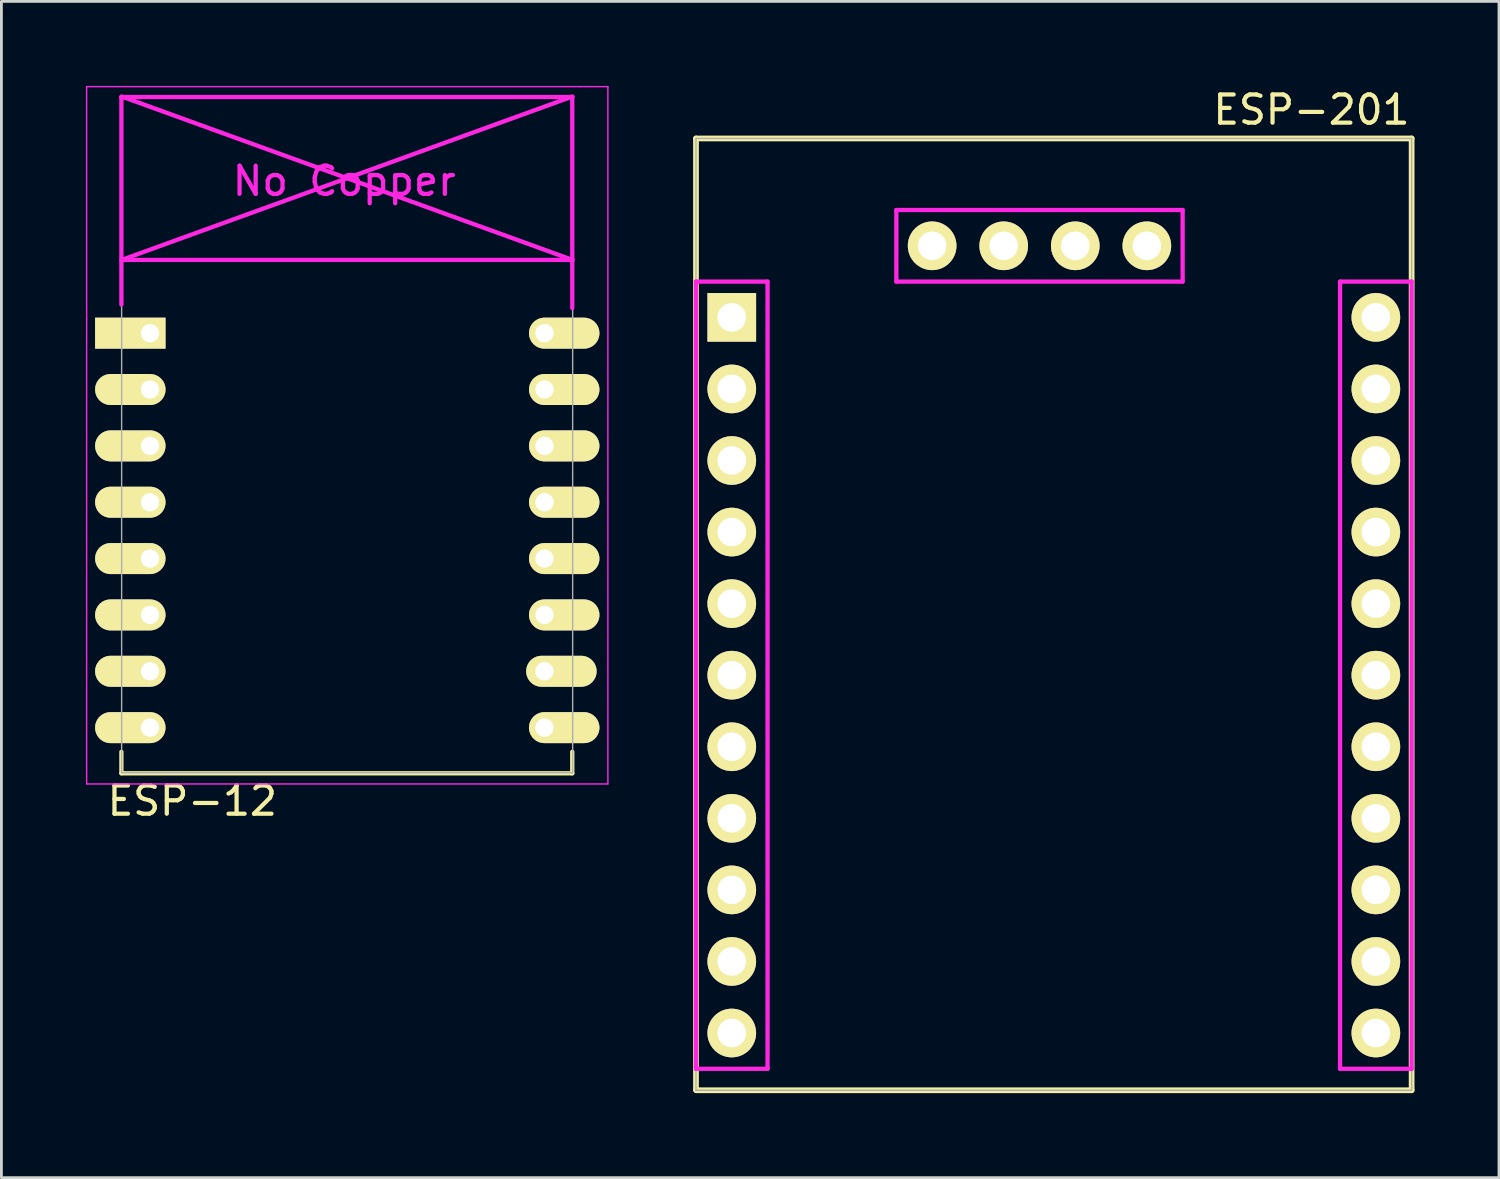
<source format=kicad_pcb>
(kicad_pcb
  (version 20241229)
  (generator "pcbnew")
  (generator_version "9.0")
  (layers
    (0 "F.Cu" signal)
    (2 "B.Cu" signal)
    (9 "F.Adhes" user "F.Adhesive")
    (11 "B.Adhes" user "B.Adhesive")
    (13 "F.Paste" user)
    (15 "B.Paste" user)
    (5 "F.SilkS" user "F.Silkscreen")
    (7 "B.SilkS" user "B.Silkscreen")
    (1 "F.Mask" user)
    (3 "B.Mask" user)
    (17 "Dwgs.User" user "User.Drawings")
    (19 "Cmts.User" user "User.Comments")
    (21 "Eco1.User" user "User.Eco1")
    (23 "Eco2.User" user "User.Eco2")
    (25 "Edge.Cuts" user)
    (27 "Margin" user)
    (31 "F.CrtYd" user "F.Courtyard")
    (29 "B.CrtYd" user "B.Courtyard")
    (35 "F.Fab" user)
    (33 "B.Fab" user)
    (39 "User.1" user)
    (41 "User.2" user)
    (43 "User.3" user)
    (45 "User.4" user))
  (footprint "ESP-12"
    (layer "F.Cu")
    (at 2.275 8.775)
    (property "Reference" "ESP-12" (at 1.5 16.6 0) (layer "F.SilkS") (effects (font (size 1 1) (thickness 0.15))))
    (attr through_hole)
    (fp_line (start -1.016 14.859) (end -1.016 15.621) (stroke (width 0.152) (type solid)) (layer "F.SilkS"))
    (fp_line (start -1.016 15.621) (end 14.986 15.621) (stroke (width 0.152) (type solid)) (layer "F.SilkS"))
    (fp_line (start 14.986 15.621) (end 14.986 14.859) (stroke (width 0.152) (type solid)) (layer "F.SilkS"))
    (fp_line (start -2.25 -8.75) (end 15.25 -8.75) (stroke (width 0.05) (type solid)) (layer "F.CrtYd"))
    (fp_line (start -2.25 -0.5) (end -2.25 -8.75) (stroke (width 0.05) (type solid)) (layer "F.CrtYd"))
    (fp_line (start -2.25 16) (end -2.25 -0.5) (stroke (width 0.05) (type solid)) (layer "F.CrtYd"))
    (fp_line (start -1.016 -8.382) (end -1.016 -1.016) (stroke (width 0.152) (type solid)) (layer "F.CrtYd"))
    (fp_line (start -1.016 -8.382) (end 14.986 -8.382) (stroke (width 0.152) (type solid)) (layer "F.CrtYd"))
    (fp_line (start -1.008 -8.4) (end 14.992 -2.6) (stroke (width 0.152) (type solid)) (layer "F.CrtYd"))
    (fp_line (start -1.008 -2.6) (end 14.992 -2.6) (stroke (width 0.152) (type solid)) (layer "F.CrtYd"))
    (fp_line (start 14.986 -8.382) (end 14.986 -0.889) (stroke (width 0.152) (type solid)) (layer "F.CrtYd"))
    (fp_line (start 14.992 -8.4) (end -1.008 -2.6) (stroke (width 0.152) (type solid)) (layer "F.CrtYd"))
    (fp_line (start 15.25 -8.75) (end 16.25 -8.75) (stroke (width 0.05) (type solid)) (layer "F.CrtYd"))
    (fp_line (start 16.25 -8.75) (end 16.25 16) (stroke (width 0.05) (type solid)) (layer "F.CrtYd"))
    (fp_line (start 16.25 16) (end -2.25 16) (stroke (width 0.05) (type solid)) (layer "F.CrtYd"))
    (fp_line (start -1.008 -8.4) (end 14.992 -8.4) (stroke (width 0.05) (type solid)) (layer "F.Fab"))
    (fp_line (start -1.008 15.6) (end -1.008 -8.4) (stroke (width 0.05) (type solid)) (layer "F.Fab"))
    (fp_line (start 14.992 15.6) (end -1.008 15.6) (stroke (width 0.05) (type solid)) (layer "F.Fab"))
    (fp_line (start 15 -8.4) (end 15 15.6) (stroke (width 0.05) (type solid)) (layer "F.Fab"))
    (fp_text user "No Copper" (at 6.892 -5.4 0) (layer "F.CrtYd") (effects (font (size 1 1) (thickness 0.15))))
    (pad "1" thru_hole rect (at 0 0) (size 2.5 1.1) (drill 0.65 (offset -0.7 0)) (layers "*.Cu" "*.Mask" "F.SilkS"))
    (pad "2" thru_hole oval (at 0 2) (size 2.5 1.1) (drill 0.65 (offset -0.7 0)) (layers "*.Cu" "*.Mask" "F.SilkS"))
    (pad "3" thru_hole oval (at 0 4) (size 2.5 1.1) (drill 0.65 (offset -0.7 0)) (layers "*.Cu" "*.Mask" "F.SilkS"))
    (pad "4" thru_hole oval (at 0 6) (size 2.5 1.1) (drill 0.65 (offset -0.7 0)) (layers "*.Cu" "*.Mask" "F.SilkS"))
    (pad "5" thru_hole oval (at 0 8) (size 2.5 1.1) (drill 0.65 (offset -0.7 0)) (layers "*.Cu" "*.Mask" "F.SilkS"))
    (pad "6" thru_hole oval (at 0 10) (size 2.5 1.1) (drill 0.65 (offset -0.7 0)) (layers "*.Cu" "*.Mask" "F.SilkS"))
    (pad "7" thru_hole oval (at 0 12) (size 2.5 1.1) (drill 0.65 (offset -0.7 0)) (layers "*.Cu" "*.Mask" "F.SilkS"))
    (pad "8" thru_hole oval (at 0 14) (size 2.5 1.1) (drill 0.65 (offset -0.7 0)) (layers "*.Cu" "*.Mask" "F.SilkS"))
    (pad "9" thru_hole oval (at 14 14) (size 2.5 1.1) (drill 0.65 (offset 0.7 0)) (layers "*.Cu" "*.Mask" "F.SilkS"))
    (pad "10" thru_hole oval (at 14 12) (size 2.5 1.1) (drill 0.65 (offset 0.6 0)) (layers "*.Cu" "*.Mask" "F.SilkS"))
    (pad "11" thru_hole oval (at 14 10) (size 2.5 1.1) (drill 0.65 (offset 0.7 0)) (layers "*.Cu" "*.Mask" "F.SilkS"))
    (pad "12" thru_hole oval (at 14 8) (size 2.5 1.1) (drill 0.65 (offset 0.7 0)) (layers "*.Cu" "*.Mask" "F.SilkS"))
    (pad "13" thru_hole oval (at 14 6) (size 2.5 1.1) (drill 0.65 (offset 0.7 0)) (layers "*.Cu" "*.Mask" "F.SilkS"))
    (pad "14" thru_hole oval (at 14 4) (size 2.5 1.1) (drill 0.65 (offset 0.7 0)) (layers "*.Cu" "*.Mask" "F.SilkS"))
    (pad "15" thru_hole oval (at 14 2) (size 2.5 1.1) (drill 0.65 (offset 0.7 0)) (layers "*.Cu" "*.Mask" "F.SilkS"))
    (pad "16" thru_hole oval (at 14 0) (size 2.5 1.1) (drill 0.65 (offset 0.7 0)) (layers "*.Cu" "*.Mask" "F.SilkS")))
  (footprint "ESP-201"
    (layer "F.Cu")
    (at 22.922 8.214)
    (property "Reference" "ESP-201" (at 20.574 -7.366 0) (layer "F.SilkS") (effects (font (size 1 1) (thickness 0.15))))
    (attr through_hole)
    (fp_line (start -1.27 -6.35) (end -1.27 27.407) (stroke (width 0.203) (type solid)) (layer "F.SilkS"))
    (fp_line (start -1.27 27.432) (end 24.13 27.432) (stroke (width 0.203) (type solid)) (layer "F.SilkS"))
    (fp_line (start 24.13 -6.35) (end -1.27 -6.35) (stroke (width 0.203) (type solid)) (layer "F.SilkS"))
    (fp_line (start 24.13 27.432) (end 24.13 -6.35) (stroke (width 0.203) (type solid)) (layer "F.SilkS"))
    (fp_line (start -1.27 -1.27) (end -1.27 26.67) (stroke (width 0.152) (type solid)) (layer "F.CrtYd"))
    (fp_line (start -1.27 26.67) (end 1.27 26.67) (stroke (width 0.152) (type solid)) (layer "F.CrtYd"))
    (fp_line (start 1.27 -1.27) (end -1.27 -1.27) (stroke (width 0.152) (type solid)) (layer "F.CrtYd"))
    (fp_line (start 1.27 26.67) (end 1.27 -1.27) (stroke (width 0.152) (type solid)) (layer "F.CrtYd"))
    (fp_line (start 5.842 -3.81) (end 16.002 -3.81) (stroke (width 0.152) (type solid)) (layer "F.CrtYd"))
    (fp_line (start 5.842 -1.27) (end 5.842 -3.81) (stroke (width 0.152) (type solid)) (layer "F.CrtYd"))
    (fp_line (start 16.002 -3.81) (end 16.002 -1.27) (stroke (width 0.152) (type solid)) (layer "F.CrtYd"))
    (fp_line (start 16.002 -1.27) (end 5.842 -1.27) (stroke (width 0.152) (type solid)) (layer "F.CrtYd"))
    (fp_line (start 21.59 -1.27) (end 24.13 -1.27) (stroke (width 0.152) (type solid)) (layer "F.CrtYd"))
    (fp_line (start 21.59 26.67) (end 21.59 -1.27) (stroke (width 0.152) (type solid)) (layer "F.CrtYd"))
    (fp_line (start 24.13 -1.27) (end 24.13 26.67) (stroke (width 0.152) (type solid)) (layer "F.CrtYd"))
    (fp_line (start 24.13 26.67) (end 21.59 26.67) (stroke (width 0.152) (type solid)) (layer "F.CrtYd"))
    (fp_line (start -1.27 -6.35) (end 24.13 -6.35) (stroke (width 0.05) (type solid)) (layer "F.Fab"))
    (fp_line (start -1.27 27.432) (end -1.27 -6.35) (stroke (width 0.05) (type solid)) (layer "F.Fab"))
    (fp_line (start 24.13 -6.35) (end 24.13 27.432) (stroke (width 0.05) (type solid)) (layer "F.Fab"))
    (fp_line (start 24.13 27.432) (end -1.27 27.432) (stroke (width 0.05) (type solid)) (layer "F.Fab"))
    (pad "1" thru_hole rect (at 0 0 90) (size 1.727 1.727) (drill 1.016) (layers "*.Cu" "*.Mask" "F.SilkS"))
    (pad "2" thru_hole circle (at 0 2.54 90) (size 1.727 1.727) (drill 1.016) (layers "*.Cu" "*.Mask" "F.SilkS"))
    (pad "3" thru_hole circle (at 0 5.08 90) (size 1.727 1.727) (drill 1.016) (layers "*.Cu" "*.Mask" "F.SilkS"))
    (pad "4" thru_hole circle (at 0 7.62 90) (size 1.727 1.727) (drill 1.016) (layers "*.Cu" "*.Mask" "F.SilkS"))
    (pad "5" thru_hole circle (at 0 10.16 90) (size 1.727 1.727) (drill 1.016) (layers "*.Cu" "*.Mask" "F.SilkS"))
    (pad "6" thru_hole circle (at 0 12.7 90) (size 1.727 1.727) (drill 1.016) (layers "*.Cu" "*.Mask" "F.SilkS"))
    (pad "7" thru_hole circle (at 0 15.24 90) (size 1.727 1.727) (drill 1.016) (layers "*.Cu" "*.Mask" "F.SilkS"))
    (pad "8" thru_hole circle (at 0 17.78 90) (size 1.727 1.727) (drill 1.016) (layers "*.Cu" "*.Mask" "F.SilkS"))
    (pad "9" thru_hole circle (at 0 20.32 90) (size 1.727 1.727) (drill 1.016) (layers "*.Cu" "*.Mask" "F.SilkS"))
    (pad "10" thru_hole circle (at 0 22.86 90) (size 1.727 1.727) (drill 1.016) (layers "*.Cu" "*.Mask" "F.SilkS"))
    (pad "11" thru_hole circle (at 0 25.4 90) (size 1.727 1.727) (drill 1.016) (layers "*.Cu" "*.Mask" "F.SilkS"))
    (pad "12" thru_hole circle (at 22.86 25.4 90) (size 1.727 1.727) (drill 1.016) (layers "*.Cu" "*.Mask" "F.SilkS"))
    (pad "13" thru_hole circle (at 22.86 22.86 90) (size 1.727 1.727) (drill 1.016) (layers "*.Cu" "*.Mask" "F.SilkS"))
    (pad "14" thru_hole circle (at 22.86 20.32 90) (size 1.727 1.727) (drill 1.016) (layers "*.Cu" "*.Mask" "F.SilkS"))
    (pad "15" thru_hole circle (at 22.86 17.78 90) (size 1.727 1.727) (drill 1.016) (layers "*.Cu" "*.Mask" "F.SilkS"))
    (pad "16" thru_hole circle (at 22.86 15.24 90) (size 1.727 1.727) (drill 1.016) (layers "*.Cu" "*.Mask" "F.SilkS"))
    (pad "17" thru_hole circle (at 22.86 12.7 90) (size 1.727 1.727) (drill 1.016) (layers "*.Cu" "*.Mask" "F.SilkS"))
    (pad "18" thru_hole circle (at 22.86 10.16 90) (size 1.727 1.727) (drill 1.016) (layers "*.Cu" "*.Mask" "F.SilkS"))
    (pad "19" thru_hole circle (at 22.86 7.62 90) (size 1.727 1.727) (drill 1.016) (layers "*.Cu" "*.Mask" "F.SilkS"))
    (pad "20" thru_hole circle (at 22.86 5.08 90) (size 1.727 1.727) (drill 1.016) (layers "*.Cu" "*.Mask" "F.SilkS"))
    (pad "21" thru_hole circle (at 22.86 2.54 90) (size 1.727 1.727) (drill 1.016) (layers "*.Cu" "*.Mask" "F.SilkS"))
    (pad "22" thru_hole circle (at 22.86 0 90) (size 1.727 1.727) (drill 1.016) (layers "*.Cu" "*.Mask" "F.SilkS"))
    (pad "23" thru_hole circle (at 14.732 -2.54 90) (size 1.727 1.727) (drill 1.016) (layers "*.Cu" "*.Mask" "F.SilkS"))
    (pad "24" thru_hole circle (at 12.192 -2.54 90) (size 1.727 1.727) (drill 1.016) (layers "*.Cu" "*.Mask" "F.SilkS"))
    (pad "25" thru_hole circle (at 9.652 -2.54 90) (size 1.727 1.727) (drill 1.016) (layers "*.Cu" "*.Mask" "F.SilkS"))
    (pad "26" thru_hole circle (at 7.112 -2.54 90) (size 1.727 1.727) (drill 1.016) (layers "*.Cu" "*.Mask" "F.SilkS")))
  (gr_rect
    (start -3 -3)
    (end 50.153 38.748)
    (stroke (width 0.1) (type default))
    (fill no)
    (layer "Edge.Cuts")))
</source>
